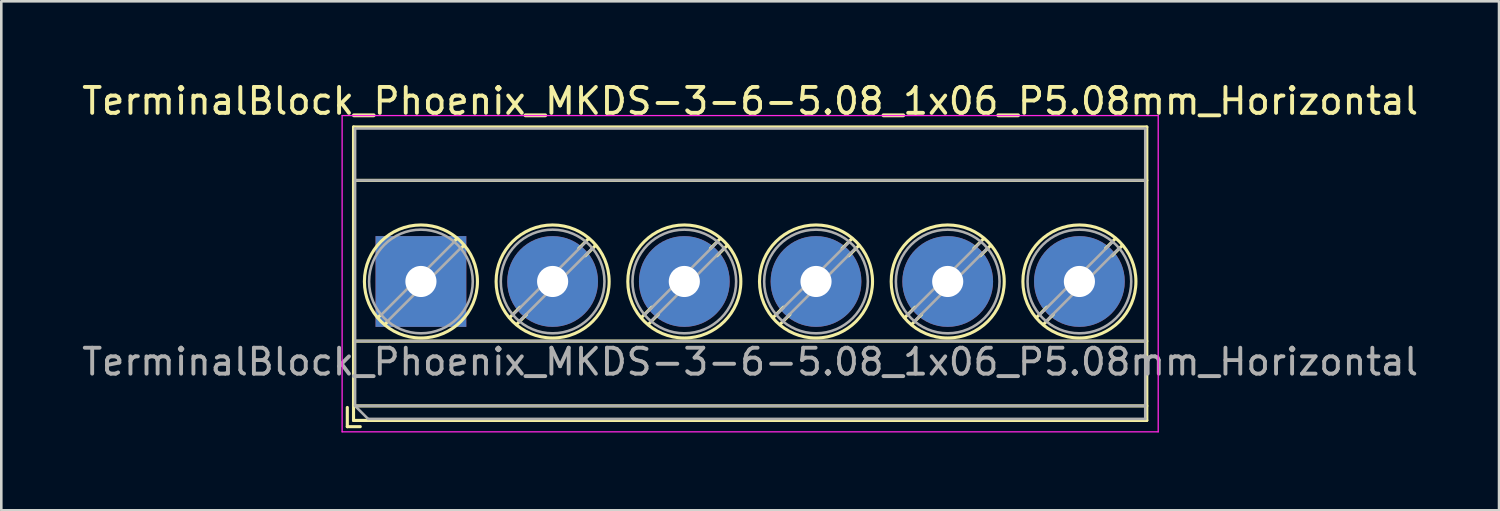
<source format=kicad_pcb>
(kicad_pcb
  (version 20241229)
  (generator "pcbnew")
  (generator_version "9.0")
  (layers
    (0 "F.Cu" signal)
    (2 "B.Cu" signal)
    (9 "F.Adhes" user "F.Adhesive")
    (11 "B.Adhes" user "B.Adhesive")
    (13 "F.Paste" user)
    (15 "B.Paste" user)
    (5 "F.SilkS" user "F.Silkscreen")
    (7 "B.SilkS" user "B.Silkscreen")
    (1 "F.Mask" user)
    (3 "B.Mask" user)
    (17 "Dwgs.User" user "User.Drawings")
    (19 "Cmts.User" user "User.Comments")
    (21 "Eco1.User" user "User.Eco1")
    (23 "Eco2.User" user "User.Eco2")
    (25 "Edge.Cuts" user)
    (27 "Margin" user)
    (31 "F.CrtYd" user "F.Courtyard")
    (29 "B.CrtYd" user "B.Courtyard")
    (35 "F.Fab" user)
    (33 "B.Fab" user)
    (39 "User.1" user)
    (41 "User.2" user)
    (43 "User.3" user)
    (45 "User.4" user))
  (footprint "TerminalBlock_Phoenix_MKDS-3-6-5.08_1x06_P5.08mm_Horizontal"
    (layer "F.Cu")
    (at 13.187 7.808)
    (property "Reference" "TerminalBlock_Phoenix_MKDS-3-6-5.08_1x06_P5.08mm_Horizontal" (at 12.7 -6.96 0) (layer "F.SilkS") (effects (font (size 1 1) (thickness 0.15))))
    (attr through_hole)
    (fp_line (start -2.84 4.86) (end -2.84 5.6) (stroke (width 0.12) (type solid)) (layer "F.SilkS"))
    (fp_line (start -2.84 5.6) (end -2.34 5.6) (stroke (width 0.12) (type solid)) (layer "F.SilkS"))
    (fp_line (start -2.6 -5.96) (end -2.6 5.36) (stroke (width 0.12) (type solid)) (layer "F.SilkS"))
    (fp_line (start -2.6 -5.96) (end 28 -5.96) (stroke (width 0.12) (type solid)) (layer "F.SilkS"))
    (fp_line (start -2.6 -3.9) (end 28 -3.9) (stroke (width 0.12) (type solid)) (layer "F.SilkS"))
    (fp_line (start -2.6 2.3) (end 28 2.3) (stroke (width 0.12) (type solid)) (layer "F.SilkS"))
    (fp_line (start -2.6 4.8) (end 28 4.8) (stroke (width 0.12) (type solid)) (layer "F.SilkS"))
    (fp_line (start -2.6 5.36) (end 28 5.36) (stroke (width 0.12) (type solid)) (layer "F.SilkS"))
    (fp_line (start -1.548 1.281) (end -1.654 1.388) (stroke (width 0.12) (type solid)) (layer "F.SilkS"))
    (fp_line (start -1.282 1.547) (end -1.388 1.654) (stroke (width 0.12) (type solid)) (layer "F.SilkS"))
    (fp_line (start 1.388 -1.654) (end 1.281 -1.547) (stroke (width 0.12) (type solid)) (layer "F.SilkS"))
    (fp_line (start 1.654 -1.388) (end 1.547 -1.281) (stroke (width 0.12) (type solid)) (layer "F.SilkS"))
    (fp_line (start 3.822 0.992) (end 3.427 1.388) (stroke (width 0.12) (type solid)) (layer "F.SilkS"))
    (fp_line (start 4.073 1.274) (end 3.693 1.654) (stroke (width 0.12) (type solid)) (layer "F.SilkS"))
    (fp_line (start 6.468 -1.654) (end 6.088 -1.274) (stroke (width 0.12) (type solid)) (layer "F.SilkS"))
    (fp_line (start 6.734 -1.388) (end 6.339 -0.992) (stroke (width 0.12) (type solid)) (layer "F.SilkS"))
    (fp_line (start 8.902 0.992) (end 8.507 1.388) (stroke (width 0.12) (type solid)) (layer "F.SilkS"))
    (fp_line (start 9.153 1.274) (end 8.773 1.654) (stroke (width 0.12) (type solid)) (layer "F.SilkS"))
    (fp_line (start 11.548 -1.654) (end 11.168 -1.274) (stroke (width 0.12) (type solid)) (layer "F.SilkS"))
    (fp_line (start 11.814 -1.388) (end 11.419 -0.992) (stroke (width 0.12) (type solid)) (layer "F.SilkS"))
    (fp_line (start 13.982 0.992) (end 13.587 1.388) (stroke (width 0.12) (type solid)) (layer "F.SilkS"))
    (fp_line (start 14.233 1.274) (end 13.853 1.654) (stroke (width 0.12) (type solid)) (layer "F.SilkS"))
    (fp_line (start 16.628 -1.654) (end 16.248 -1.274) (stroke (width 0.12) (type solid)) (layer "F.SilkS"))
    (fp_line (start 16.894 -1.388) (end 16.499 -0.992) (stroke (width 0.12) (type solid)) (layer "F.SilkS"))
    (fp_line (start 19.062 0.992) (end 18.667 1.388) (stroke (width 0.12) (type solid)) (layer "F.SilkS"))
    (fp_line (start 19.313 1.274) (end 18.933 1.654) (stroke (width 0.12) (type solid)) (layer "F.SilkS"))
    (fp_line (start 21.708 -1.654) (end 21.328 -1.274) (stroke (width 0.12) (type solid)) (layer "F.SilkS"))
    (fp_line (start 21.974 -1.388) (end 21.579 -0.992) (stroke (width 0.12) (type solid)) (layer "F.SilkS"))
    (fp_line (start 24.142 0.992) (end 23.747 1.388) (stroke (width 0.12) (type solid)) (layer "F.SilkS"))
    (fp_line (start 24.393 1.274) (end 24.013 1.654) (stroke (width 0.12) (type solid)) (layer "F.SilkS"))
    (fp_line (start 26.788 -1.654) (end 26.408 -1.274) (stroke (width 0.12) (type solid)) (layer "F.SilkS"))
    (fp_line (start 27.054 -1.388) (end 26.659 -0.992) (stroke (width 0.12) (type solid)) (layer "F.SilkS"))
    (fp_line (start 28 -5.96) (end 28 5.36) (stroke (width 0.12) (type solid)) (layer "F.SilkS"))
    (fp_circle (center 0 0) (end 2.18 0) (stroke (width 0.12) (type solid)) (fill no) (layer "F.SilkS"))
    (fp_circle (center 5.08 0) (end 7.26 0) (stroke (width 0.12) (type solid)) (fill no) (layer "F.SilkS"))
    (fp_circle (center 10.16 0) (end 12.34 0) (stroke (width 0.12) (type solid)) (fill no) (layer "F.SilkS"))
    (fp_circle (center 15.24 0) (end 17.42 0) (stroke (width 0.12) (type solid)) (fill no) (layer "F.SilkS"))
    (fp_circle (center 20.32 0) (end 22.5 0) (stroke (width 0.12) (type solid)) (fill no) (layer "F.SilkS"))
    (fp_circle (center 25.4 0) (end 27.58 0) (stroke (width 0.12) (type solid)) (fill no) (layer "F.SilkS"))
    (fp_line (start -3.04 -6.4) (end -3.04 5.8) (stroke (width 0.05) (type solid)) (layer "F.CrtYd"))
    (fp_line (start -3.04 5.8) (end 28.44 5.8) (stroke (width 0.05) (type solid)) (layer "F.CrtYd"))
    (fp_line (start 28.44 -6.4) (end -3.04 -6.4) (stroke (width 0.05) (type solid)) (layer "F.CrtYd"))
    (fp_line (start 28.44 5.8) (end 28.44 -6.4) (stroke (width 0.05) (type solid)) (layer "F.CrtYd"))
    (fp_line (start -2.54 -5.9) (end 27.94 -5.9) (stroke (width 0.1) (type solid)) (layer "F.Fab"))
    (fp_line (start -2.54 -3.9) (end 27.94 -3.9) (stroke (width 0.1) (type solid)) (layer "F.Fab"))
    (fp_line (start -2.54 2.3) (end 27.94 2.3) (stroke (width 0.1) (type solid)) (layer "F.Fab"))
    (fp_line (start -2.54 4.8) (end -2.54 -5.9) (stroke (width 0.1) (type solid)) (layer "F.Fab"))
    (fp_line (start -2.54 4.8) (end 27.94 4.8) (stroke (width 0.1) (type solid)) (layer "F.Fab"))
    (fp_line (start -2.04 5.3) (end -2.54 4.8) (stroke (width 0.1) (type solid)) (layer "F.Fab"))
    (fp_line (start 1.273 -1.517) (end -1.517 1.273) (stroke (width 0.1) (type solid)) (layer "F.Fab"))
    (fp_line (start 1.517 -1.273) (end -1.273 1.517) (stroke (width 0.1) (type solid)) (layer "F.Fab"))
    (fp_line (start 6.353 -1.517) (end 3.564 1.273) (stroke (width 0.1) (type solid)) (layer "F.Fab"))
    (fp_line (start 6.597 -1.273) (end 3.808 1.517) (stroke (width 0.1) (type solid)) (layer "F.Fab"))
    (fp_line (start 11.433 -1.517) (end 8.644 1.273) (stroke (width 0.1) (type solid)) (layer "F.Fab"))
    (fp_line (start 11.677 -1.273) (end 8.888 1.517) (stroke (width 0.1) (type solid)) (layer "F.Fab"))
    (fp_line (start 16.513 -1.517) (end 13.724 1.273) (stroke (width 0.1) (type solid)) (layer "F.Fab"))
    (fp_line (start 16.757 -1.273) (end 13.968 1.517) (stroke (width 0.1) (type solid)) (layer "F.Fab"))
    (fp_line (start 21.593 -1.517) (end 18.804 1.273) (stroke (width 0.1) (type solid)) (layer "F.Fab"))
    (fp_line (start 21.837 -1.273) (end 19.048 1.517) (stroke (width 0.1) (type solid)) (layer "F.Fab"))
    (fp_line (start 26.673 -1.517) (end 23.884 1.273) (stroke (width 0.1) (type solid)) (layer "F.Fab"))
    (fp_line (start 26.917 -1.273) (end 24.128 1.517) (stroke (width 0.1) (type solid)) (layer "F.Fab"))
    (fp_line (start 27.94 -5.9) (end 27.94 5.3) (stroke (width 0.1) (type solid)) (layer "F.Fab"))
    (fp_line (start 27.94 5.3) (end -2.04 5.3) (stroke (width 0.1) (type solid)) (layer "F.Fab"))
    (fp_circle (center 0 0) (end 2 0) (stroke (width 0.1) (type solid)) (fill no) (layer "F.Fab"))
    (fp_circle (center 5.08 0) (end 7.08 0) (stroke (width 0.1) (type solid)) (fill no) (layer "F.Fab"))
    (fp_circle (center 10.16 0) (end 12.16 0) (stroke (width 0.1) (type solid)) (fill no) (layer "F.Fab"))
    (fp_circle (center 15.24 0) (end 17.24 0) (stroke (width 0.1) (type solid)) (fill no) (layer "F.Fab"))
    (fp_circle (center 20.32 0) (end 22.32 0) (stroke (width 0.1) (type solid)) (fill no) (layer "F.Fab"))
    (fp_circle (center 25.4 0) (end 27.4 0) (stroke (width 0.1) (type solid)) (fill no) (layer "F.Fab"))
    (fp_text user "${REFERENCE}" (at 12.7 3.1 0) (layer "F.Fab") (effects (font (size 1 1) (thickness 0.15))))
    (pad "1" thru_hole rect (at 0 0) (size 3.5 3.5) (drill 1.2) (layers "*.Cu" "*.Mask"))
    (pad "2" thru_hole circle (at 5.08 0) (size 3.5 3.5) (drill 1.2) (layers "*.Cu" "*.Mask"))
    (pad "3" thru_hole circle (at 10.16 0) (size 3.5 3.5) (drill 1.2) (layers "*.Cu" "*.Mask"))
    (pad "4" thru_hole circle (at 15.24 0) (size 3.5 3.5) (drill 1.2) (layers "*.Cu" "*.Mask"))
    (pad "5" thru_hole circle (at 20.32 0) (size 3.5 3.5) (drill 1.2) (layers "*.Cu" "*.Mask"))
    (pad "6" thru_hole circle (at 25.4 0) (size 3.5 3.5) (drill 1.2) (layers "*.Cu" "*.Mask")))
  (gr_rect
    (start -3 -3)
    (end 54.774 16.633)
    (stroke (width 0.1) (type default))
    (fill no)
    (layer "Edge.Cuts")))
</source>
